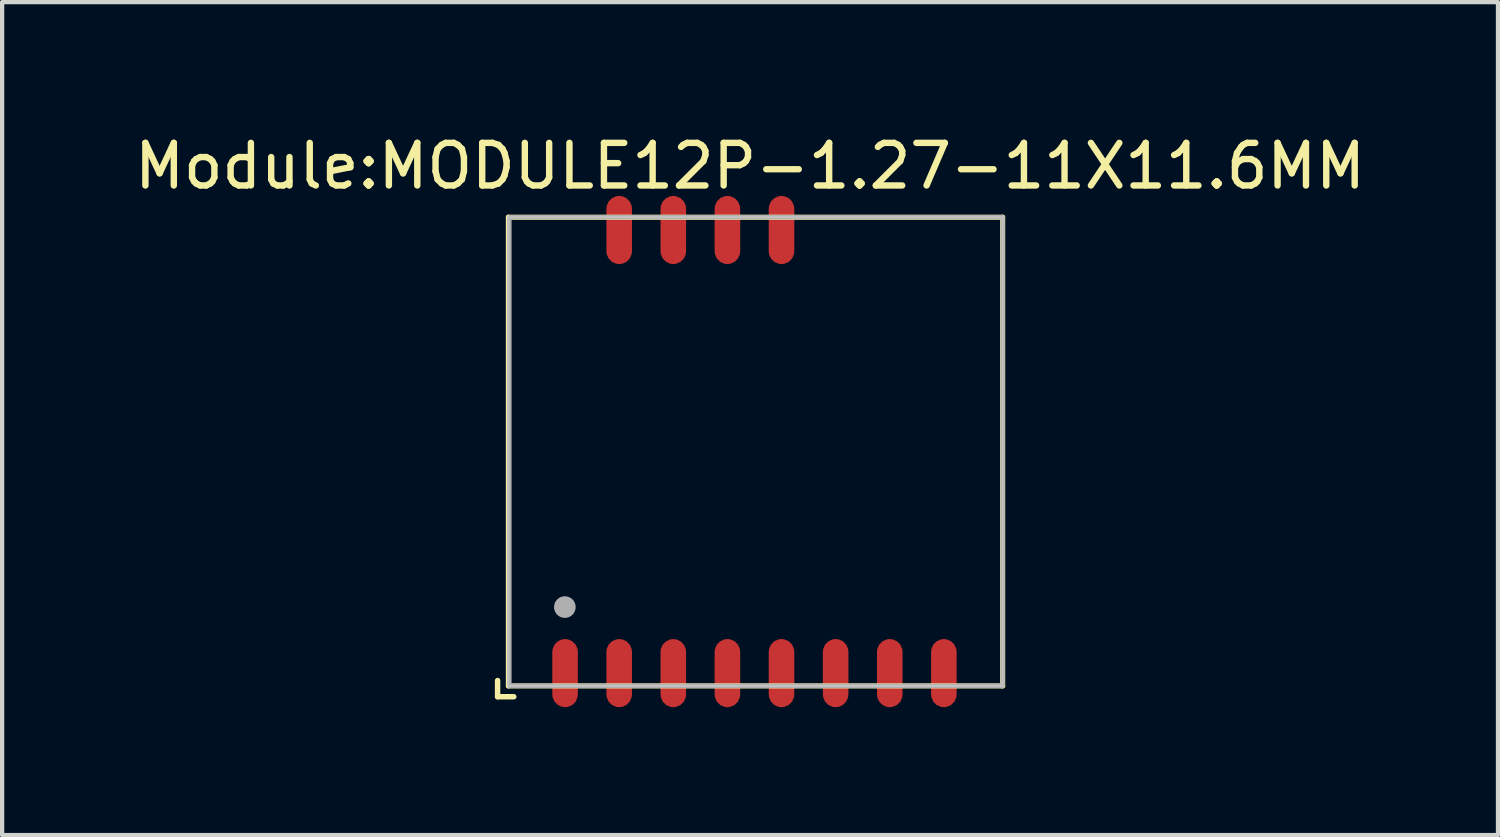
<source format=kicad_pcb>
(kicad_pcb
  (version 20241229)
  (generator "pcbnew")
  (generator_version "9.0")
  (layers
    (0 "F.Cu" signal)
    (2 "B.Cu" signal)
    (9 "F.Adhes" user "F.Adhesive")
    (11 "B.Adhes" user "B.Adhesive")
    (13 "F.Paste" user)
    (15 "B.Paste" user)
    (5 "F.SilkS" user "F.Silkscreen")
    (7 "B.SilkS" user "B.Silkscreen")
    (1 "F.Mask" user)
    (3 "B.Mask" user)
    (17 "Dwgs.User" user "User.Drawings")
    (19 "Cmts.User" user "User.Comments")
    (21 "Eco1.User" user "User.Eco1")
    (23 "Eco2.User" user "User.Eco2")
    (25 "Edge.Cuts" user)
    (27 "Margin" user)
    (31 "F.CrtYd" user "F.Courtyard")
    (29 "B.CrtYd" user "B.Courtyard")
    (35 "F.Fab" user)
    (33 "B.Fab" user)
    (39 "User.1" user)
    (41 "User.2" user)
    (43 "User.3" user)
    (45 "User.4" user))
  (footprint "Module{colon}MODULE12P-1.27-11X11.6MM"
    (layer "F.Cu")
    (at 8.882 13.048)
    (property "Reference" "Module{colon}MODULE12P-1.27-11X11.6MM" (at 5.671 -12.2 0) (layer "F.SilkS") (effects (font (size 1 1) (thickness 0.15))))
    (fp_line (start -0.254 0.254) (end -0.254 -0.127) (stroke (width 0.127) (type default)) (layer "F.SilkS"))
    (fp_line (start 0 -11) (end 11.6 -11) (stroke (width 0.12) (type default)) (layer "F.SilkS"))
    (fp_line (start 0 0) (end 0 -11) (stroke (width 0.12) (type default)) (layer "F.SilkS"))
    (fp_line (start 0.127 0.254) (end -0.254 0.254) (stroke (width 0.127) (type default)) (layer "F.SilkS"))
    (fp_line (start 11.6 -11) (end 11.6 0) (stroke (width 0.12) (type default)) (layer "F.SilkS"))
    (fp_line (start 11.6 0) (end 0 0) (stroke (width 0.12) (type default)) (layer "F.SilkS"))
    (fp_rect (start 0 -11) (end 11.6 0) (stroke (width 0.05) (type default)) (fill no) (layer "Dwgs.User"))
    (fp_rect (start 0.025 -11) (end 11.6 0) (stroke (width 0.1) (type default)) (fill no) (layer "F.Fab"))
    (fp_circle (center 1.325 -1.85) (end 1.452 -1.85) (stroke (width 0.254) (type default)) (fill no) (layer "F.Fab"))
    (pad "1" smd roundrect (at 1.33 -0.3 90) (size 1.6 0.6) (layers "F.Cu" "F.Mask" "F.Paste") (roundrect_rratio 0.5))
    (pad "2" smd roundrect (at 2.6 -0.3 90) (size 1.6 0.6) (layers "F.Cu" "F.Mask" "F.Paste") (roundrect_rratio 0.5))
    (pad "3" smd roundrect (at 3.87 -0.3 90) (size 1.6 0.6) (layers "F.Cu" "F.Mask" "F.Paste") (roundrect_rratio 0.5))
    (pad "4" smd roundrect (at 5.14 -0.3 90) (size 1.6 0.6) (layers "F.Cu" "F.Mask" "F.Paste") (roundrect_rratio 0.5))
    (pad "5" smd roundrect (at 6.41 -0.3 90) (size 1.6 0.6) (layers "F.Cu" "F.Mask" "F.Paste") (roundrect_rratio 0.5))
    (pad "6" smd roundrect (at 7.68 -0.3 90) (size 1.6 0.6) (layers "F.Cu" "F.Mask" "F.Paste") (roundrect_rratio 0.5))
    (pad "7" smd roundrect (at 8.95 -0.3 90) (size 1.6 0.6) (layers "F.Cu" "F.Mask" "F.Paste") (roundrect_rratio 0.5))
    (pad "8" smd roundrect (at 10.22 -0.3 90) (size 1.6 0.6) (layers "F.Cu" "F.Mask" "F.Paste") (roundrect_rratio 0.5))
    (pad "9" smd roundrect (at 6.41 -10.7 90) (size 1.6 0.6) (layers "F.Cu" "F.Mask" "F.Paste") (roundrect_rratio 0.5))
    (pad "10" smd roundrect (at 5.14 -10.7 90) (size 1.6 0.6) (layers "F.Cu" "F.Mask" "F.Paste") (roundrect_rratio 0.5))
    (pad "11" smd roundrect (at 3.87 -10.7 90) (size 1.6 0.6) (layers "F.Cu" "F.Mask" "F.Paste") (roundrect_rratio 0.5))
    (pad "12" smd roundrect (at 2.6 -10.7 90) (size 1.6 0.6) (layers "F.Cu" "F.Mask" "F.Paste") (roundrect_rratio 0.5)))
  (gr_rect
    (start -3 -3)
    (end 32.107 16.548)
    (stroke (width 0.1) (type default))
    (fill no)
    (layer "Edge.Cuts")))
</source>
